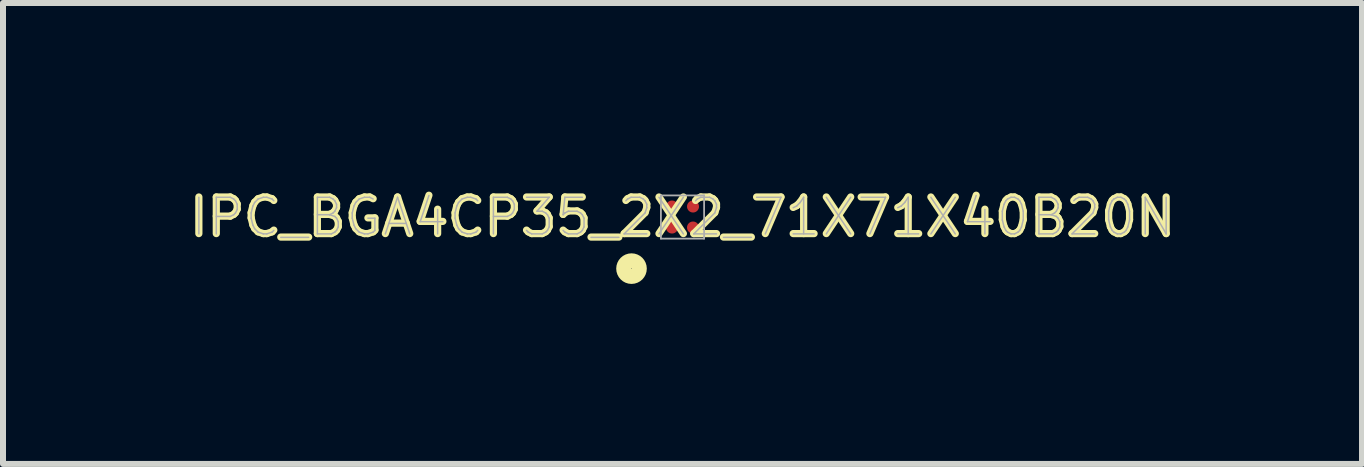
<source format=kicad_pcb>
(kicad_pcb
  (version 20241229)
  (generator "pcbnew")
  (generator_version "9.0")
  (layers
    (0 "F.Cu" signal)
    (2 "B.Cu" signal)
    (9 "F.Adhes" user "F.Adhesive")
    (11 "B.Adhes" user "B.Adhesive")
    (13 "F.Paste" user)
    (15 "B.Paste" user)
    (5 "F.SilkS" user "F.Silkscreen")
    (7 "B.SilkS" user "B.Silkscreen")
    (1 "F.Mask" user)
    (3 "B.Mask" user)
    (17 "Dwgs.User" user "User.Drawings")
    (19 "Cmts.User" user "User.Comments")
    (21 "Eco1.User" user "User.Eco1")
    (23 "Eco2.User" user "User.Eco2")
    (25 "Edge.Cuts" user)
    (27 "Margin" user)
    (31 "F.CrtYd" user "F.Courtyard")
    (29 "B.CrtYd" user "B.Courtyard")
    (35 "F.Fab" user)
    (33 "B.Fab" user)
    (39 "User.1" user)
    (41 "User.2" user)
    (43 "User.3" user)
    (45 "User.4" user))
  (footprint "IPC_BGA4CP35_2X2_71X71X40B20N"
    (layer "F.Cu")
    (at 8.325 0.567)
    (property "Reference" "IPC_BGA4CP35_2X2_71X71X40B20N" (at 0 0 0) (layer "F.SilkS") (effects (font (size 0.61 0.61) (thickness 0.12))))
    (attr smd)
    (fp_circle (center -0.85 0.86) (end -0.72 0.86) (stroke (width 0.25) (type solid)) (fill no) (layer "F.SilkS"))
    (fp_line (start -0.36 -0.36) (end 0.36 -0.36) (stroke (width 0.03) (type solid)) (layer "F.Fab"))
    (fp_line (start -0.36 0.36) (end -0.36 -0.36) (stroke (width 0.03) (type solid)) (layer "F.Fab"))
    (fp_line (start 0.36 -0.36) (end 0.36 0.36) (stroke (width 0.03) (type solid)) (layer "F.Fab"))
    (fp_line (start 0.36 0.36) (end -0.36 0.36) (stroke (width 0.03) (type solid)) (layer "F.Fab"))
    (fp_text user "${REFERENCE}" (at 0 0 0) (layer "F.Fab") (effects (font (size 0.61 0.61) (thickness 0.025))))
    (pad "A1" smd circle (at -0.175 0.175) (size 0.2 0.2) (layers "F.Cu" "F.Mask" "F.Paste"))
    (pad "A2" smd circle (at -0.175 -0.175) (size 0.2 0.2) (layers "F.Cu" "F.Mask" "F.Paste"))
    (pad "B1" smd circle (at 0.175 0.175) (size 0.2 0.2) (layers "F.Cu" "F.Mask" "F.Paste"))
    (pad "B2" smd circle (at 0.175 -0.175) (size 0.2 0.2) (layers "F.Cu" "F.Mask" "F.Paste")))
  (gr_rect
    (start -3 -3)
    (end 19.65 4.682)
    (stroke (width 0.1) (type default))
    (fill no)
    (layer "Edge.Cuts")))
</source>
